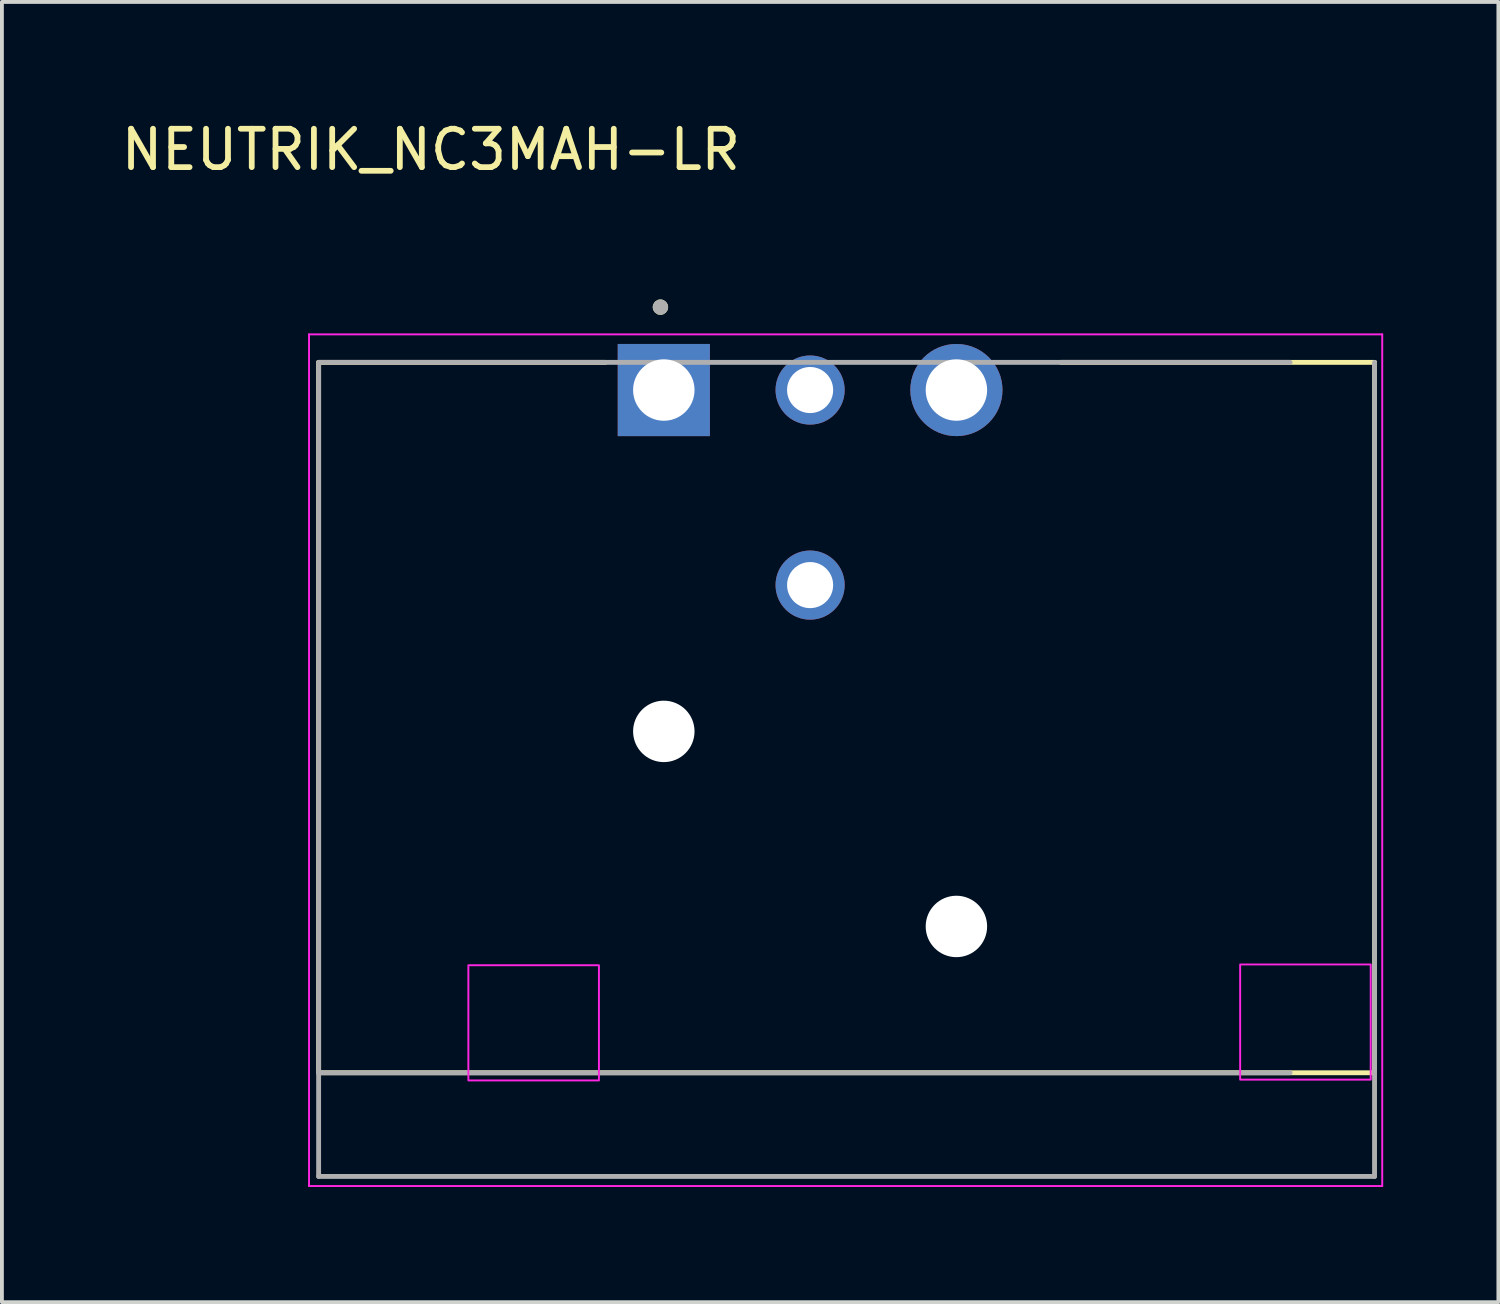
<source format=kicad_pcb>
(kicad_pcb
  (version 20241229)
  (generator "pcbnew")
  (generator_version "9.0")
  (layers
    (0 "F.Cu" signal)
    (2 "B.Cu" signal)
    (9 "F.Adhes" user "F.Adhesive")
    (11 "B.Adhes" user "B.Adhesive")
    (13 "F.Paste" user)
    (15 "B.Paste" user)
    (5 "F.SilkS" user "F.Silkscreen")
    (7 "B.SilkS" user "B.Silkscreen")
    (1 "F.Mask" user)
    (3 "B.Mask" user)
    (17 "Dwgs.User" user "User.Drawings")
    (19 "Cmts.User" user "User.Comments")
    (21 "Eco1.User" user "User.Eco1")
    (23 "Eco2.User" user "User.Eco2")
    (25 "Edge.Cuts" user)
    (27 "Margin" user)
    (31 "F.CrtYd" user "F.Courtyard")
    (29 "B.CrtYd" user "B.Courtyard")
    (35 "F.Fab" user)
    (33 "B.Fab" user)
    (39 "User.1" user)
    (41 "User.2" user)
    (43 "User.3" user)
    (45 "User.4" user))
  (footprint "NEUTRIK_NC3MAH-LR"
    (layer "F.Cu")
    (at 18.048 24.888)
    (property "Reference" "NEUTRIK_NC3MAH-LR" (at -9.875 -24.04 0) (layer "F.SilkS") (effects (font (size 1 1) (thickness 0.15))))
    (attr through_hole)
    (fp_line (start -12.8 -18.5) (end -12.8 0) (stroke (width 0.127) (type solid)) (layer "F.SilkS"))
    (fp_line (start -12.8 -18.5) (end -5.33 -18.5) (stroke (width 0.127) (type solid)) (layer "F.SilkS"))
    (fp_line (start -12.8 0) (end 14.7 0) (stroke (width 0.127) (type solid)) (layer "F.SilkS"))
    (fp_line (start 6.53 -18.5) (end 14.7 -18.5) (stroke (width 0.127) (type solid)) (layer "F.SilkS"))
    (fp_line (start 14.7 -18.5) (end 14.7 0) (stroke (width 0.127) (type solid)) (layer "F.SilkS"))
    (fp_circle (center -3.898 -19.939) (end -3.798 -19.939) (stroke (width 0.2) (type solid)) (fill no) (layer "F.SilkS"))
    (fp_line (start -13.05 -19.23) (end -13.05 2.95) (stroke (width 0.05) (type solid)) (layer "F.CrtYd"))
    (fp_line (start -13.05 2.95) (end 14.9 2.95) (stroke (width 0.05) (type solid)) (layer "F.CrtYd"))
    (fp_line (start 14.9 -19.23) (end -13.05 -19.23) (stroke (width 0.05) (type solid)) (layer "F.CrtYd"))
    (fp_line (start 14.9 2.95) (end 14.9 -19.23) (stroke (width 0.05) (type solid)) (layer "F.CrtYd"))
    (fp_rect (start -8.9 0.2) (end -5.5 -2.8) (stroke (width 0.05) (type default)) (fill no) (layer "F.CrtYd"))
    (fp_rect (start 11.2 0.18) (end 14.6 -2.82) (stroke (width 0.05) (type default)) (fill no) (layer "F.CrtYd"))
    (fp_line (start -12.8 -18.5) (end -12.8 0) (stroke (width 0.127) (type solid)) (layer "F.Fab"))
    (fp_line (start -12.8 -18.5) (end 12.5 -18.5) (stroke (width 0.127) (type solid)) (layer "F.Fab"))
    (fp_line (start -12.8 0) (end -12.8 2.7) (stroke (width 0.127) (type solid)) (layer "F.Fab"))
    (fp_line (start -12.8 0) (end 12.5 0) (stroke (width 0.127) (type solid)) (layer "F.Fab"))
    (fp_line (start -12.8 2.7) (end 14.7 2.7) (stroke (width 0.127) (type solid)) (layer "F.Fab"))
    (fp_line (start 14.7 -18.5) (end 14.7 0) (stroke (width 0.127) (type solid)) (layer "F.Fab"))
    (fp_line (start 14.7 0) (end 14.7 2.7) (stroke (width 0.127) (type solid)) (layer "F.Fab"))
    (fp_circle (center -3.898 -19.939) (end -3.798 -19.939) (stroke (width 0.2) (type solid)) (fill no) (layer "F.Fab"))
    (pad "" np_thru_hole circle (at -3.81 -8.89) (size 1.6 1.6) (drill 1.6) (layers "*.Cu" "*.Mask"))
    (pad "" np_thru_hole circle (at 3.81 -3.81) (size 1.6 1.6) (drill 1.6) (layers "*.Cu" "*.Mask"))
    (pad "1" thru_hole rect (at -3.81 -17.78) (size 2.4 2.4) (drill 1.6) (layers "*.Cu" "*.Mask"))
    (pad "2" thru_hole circle (at 3.81 -17.78) (size 2.4 2.4) (drill 1.6) (layers "*.Cu" "*.Mask"))
    (pad "3" thru_hole circle (at 0 -17.78) (size 1.8 1.8) (drill 1.2) (layers "*.Cu" "*.Mask"))
    (pad "G" thru_hole circle (at 0 -12.7) (size 1.8 1.8) (drill 1.2) (layers "*.Cu" "*.Mask")))
  (gr_rect
    (start -3 -3)
    (end 35.973 30.863)
    (stroke (width 0.1) (type default))
    (fill no)
    (layer "Edge.Cuts")))
</source>
